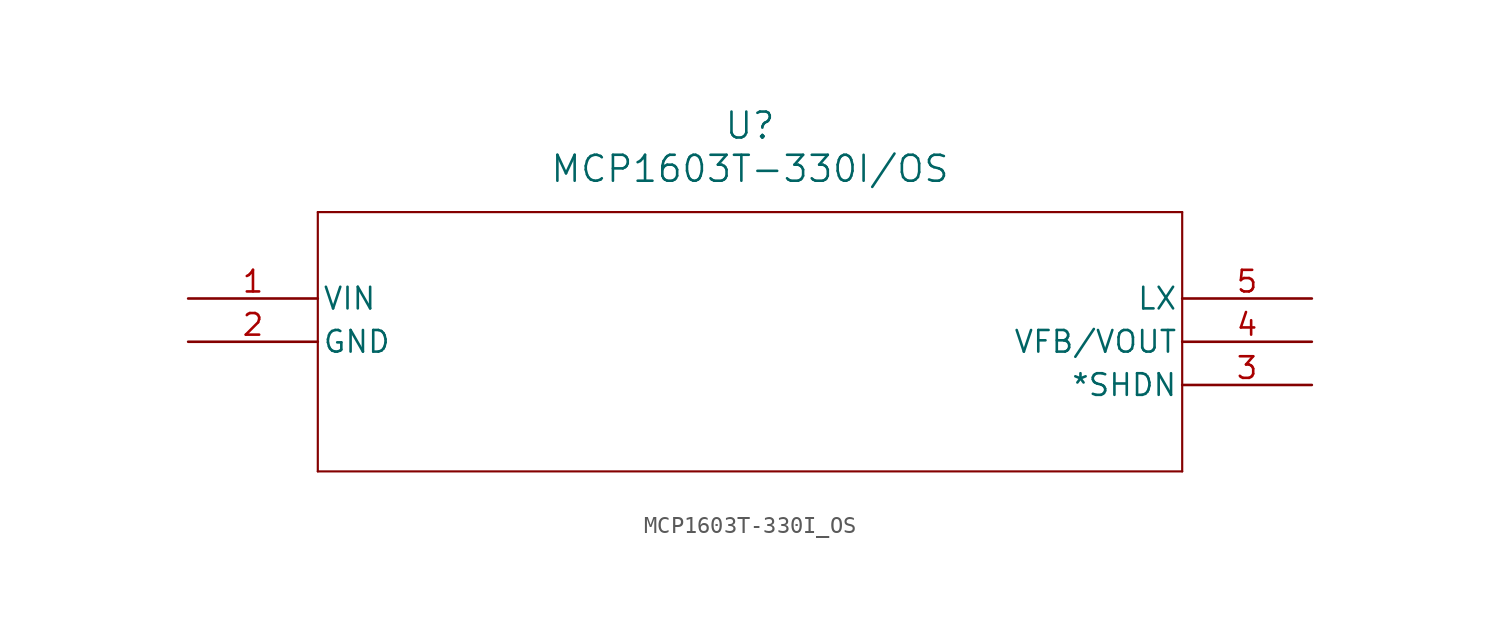
<source format=kicad_sym>
(kicad_symbol_lib
  (version 20211014)
  (generator kicad_symbol_editor)
  (symbol "MCP1603T-330I_OS"
    (pin_names
      (offset 0.254))
    (property "Reference" "U"
      (at 33.02 10.16 0)
      (effects (font (size 1.524 1.524))))
    (property "Value" "MCP1603T-330I/OS"
      (at 33.02 7.62 0)
      (effects (font (size 1.524 1.524))))
    (symbol "MCP1603T-330I_OS_0_1"
      (polyline (pts (xy 7.62 5.08) (xy 7.62 -10.16)) (stroke (width 0.127) (type default) (color 0 0 0 0)) (fill (type none)))
      (polyline (pts (xy 7.62 -10.16) (xy 58.42 -10.16)) (stroke (width 0.127) (type default) (color 0 0 0 0)) (fill (type none)))
      (polyline (pts (xy 58.42 -10.16) (xy 58.42 5.08)) (stroke (width 0.127) (type default) (color 0 0 0 0)) (fill (type none)))
      (polyline (pts (xy 58.42 5.08) (xy 7.62 5.08)) (stroke (width 0.127) (type default) (color 0 0 0 0)) (fill (type none)))
      (pin unspecified line (at 0 0 0) (length 7.62) (name "VIN" (effects (font (size 1.27 1.27)))) (number "1" (effects (font (size 1.27 1.27)))))
      (pin unspecified line (at 0 -2.54 0) (length 7.62) (name "GND" (effects (font (size 1.27 1.27)))) (number "2" (effects (font (size 1.27 1.27)))))
      (pin unspecified line (at 66.04 -5.08 180) (length 7.62) (name "*SHDN" (effects (font (size 1.27 1.27)))) (number "3" (effects (font (size 1.27 1.27)))))
      (pin unspecified line (at 66.04 -2.54 180) (length 7.62) (name "VFB/VOUT" (effects (font (size 1.27 1.27)))) (number "4" (effects (font (size 1.27 1.27)))))
      (pin unspecified line (at 66.04 0 180) (length 7.62) (name "LX" (effects (font (size 1.27 1.27)))) (number "5" (effects (font (size 1.27 1.27))))))))
</source>
